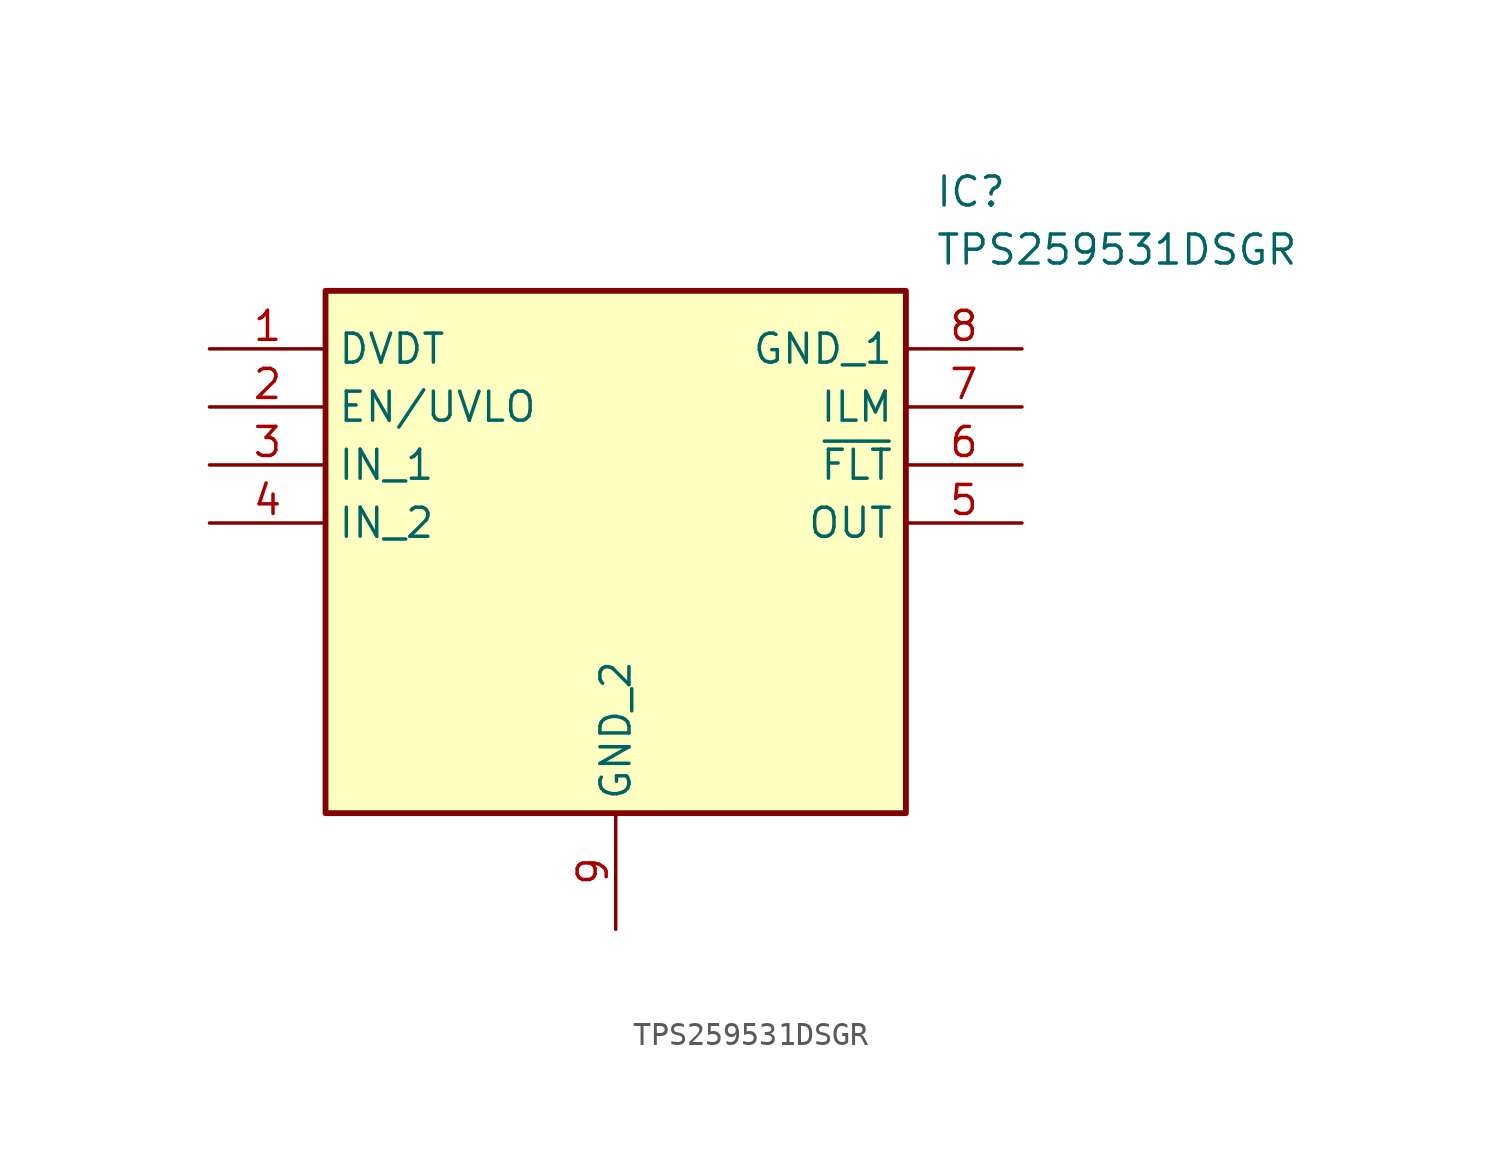
<source format=kicad_sym>
(kicad_symbol_lib
  (version 20211014)
  (generator SamacSys_ECAD_Model)
  (symbol "TPS259531DSGR"
    (property "Reference" "IC"
      (at 31.75 7.62 0)
      (effects (font (size 1.27 1.27)) (justify left top)))
    (property "Value" "TPS259531DSGR"
      (at 31.75 5.08 0)
      (effects (font (size 1.27 1.27)) (justify left top)))
    (rectangle
      (start 5.08 2.54)
      (end 30.48 -20.32)
      (stroke (width 0.254) (type default))
      (fill (type background)))
    (pin passive line
      (at 0 0 0)
      (length 5.08)
      (name "DVDT" (effects (font (size 1.27 1.27))))
      (number "1" (effects (font (size 1.27 1.27)))))
    (pin passive line
      (at 0 -2.54 0)
      (length 5.08)
      (name "EN/UVLO" (effects (font (size 1.27 1.27))))
      (number "2" (effects (font (size 1.27 1.27)))))
    (pin passive line
      (at 0 -5.08 0)
      (length 5.08)
      (name "IN_1" (effects (font (size 1.27 1.27))))
      (number "3" (effects (font (size 1.27 1.27)))))
    (pin passive line
      (at 0 -7.62 0)
      (length 5.08)
      (name "IN_2" (effects (font (size 1.27 1.27))))
      (number "4" (effects (font (size 1.27 1.27)))))
    (pin passive line
      (at 17.78 -25.4 90)
      (length 5.08)
      (name "GND_2" (effects (font (size 1.27 1.27))))
      (number "9" (effects (font (size 1.27 1.27)))))
    (pin passive line
      (at 35.56 0 180)
      (length 5.08)
      (name "GND_1" (effects (font (size 1.27 1.27))))
      (number "8" (effects (font (size 1.27 1.27)))))
    (pin passive line
      (at 35.56 -2.54 180)
      (length 5.08)
      (name "ILM" (effects (font (size 1.27 1.27))))
      (number "7" (effects (font (size 1.27 1.27)))))
    (pin passive line
      (at 35.56 -5.08 180)
      (length 5.08)
      (name "~{FLT}" (effects (font (size 1.27 1.27))))
      (number "6" (effects (font (size 1.27 1.27)))))
    (pin passive line
      (at 35.56 -7.62 180)
      (length 5.08)
      (name "OUT" (effects (font (size 1.27 1.27))))
      (number "5" (effects (font (size 1.27 1.27)))))))
</source>
